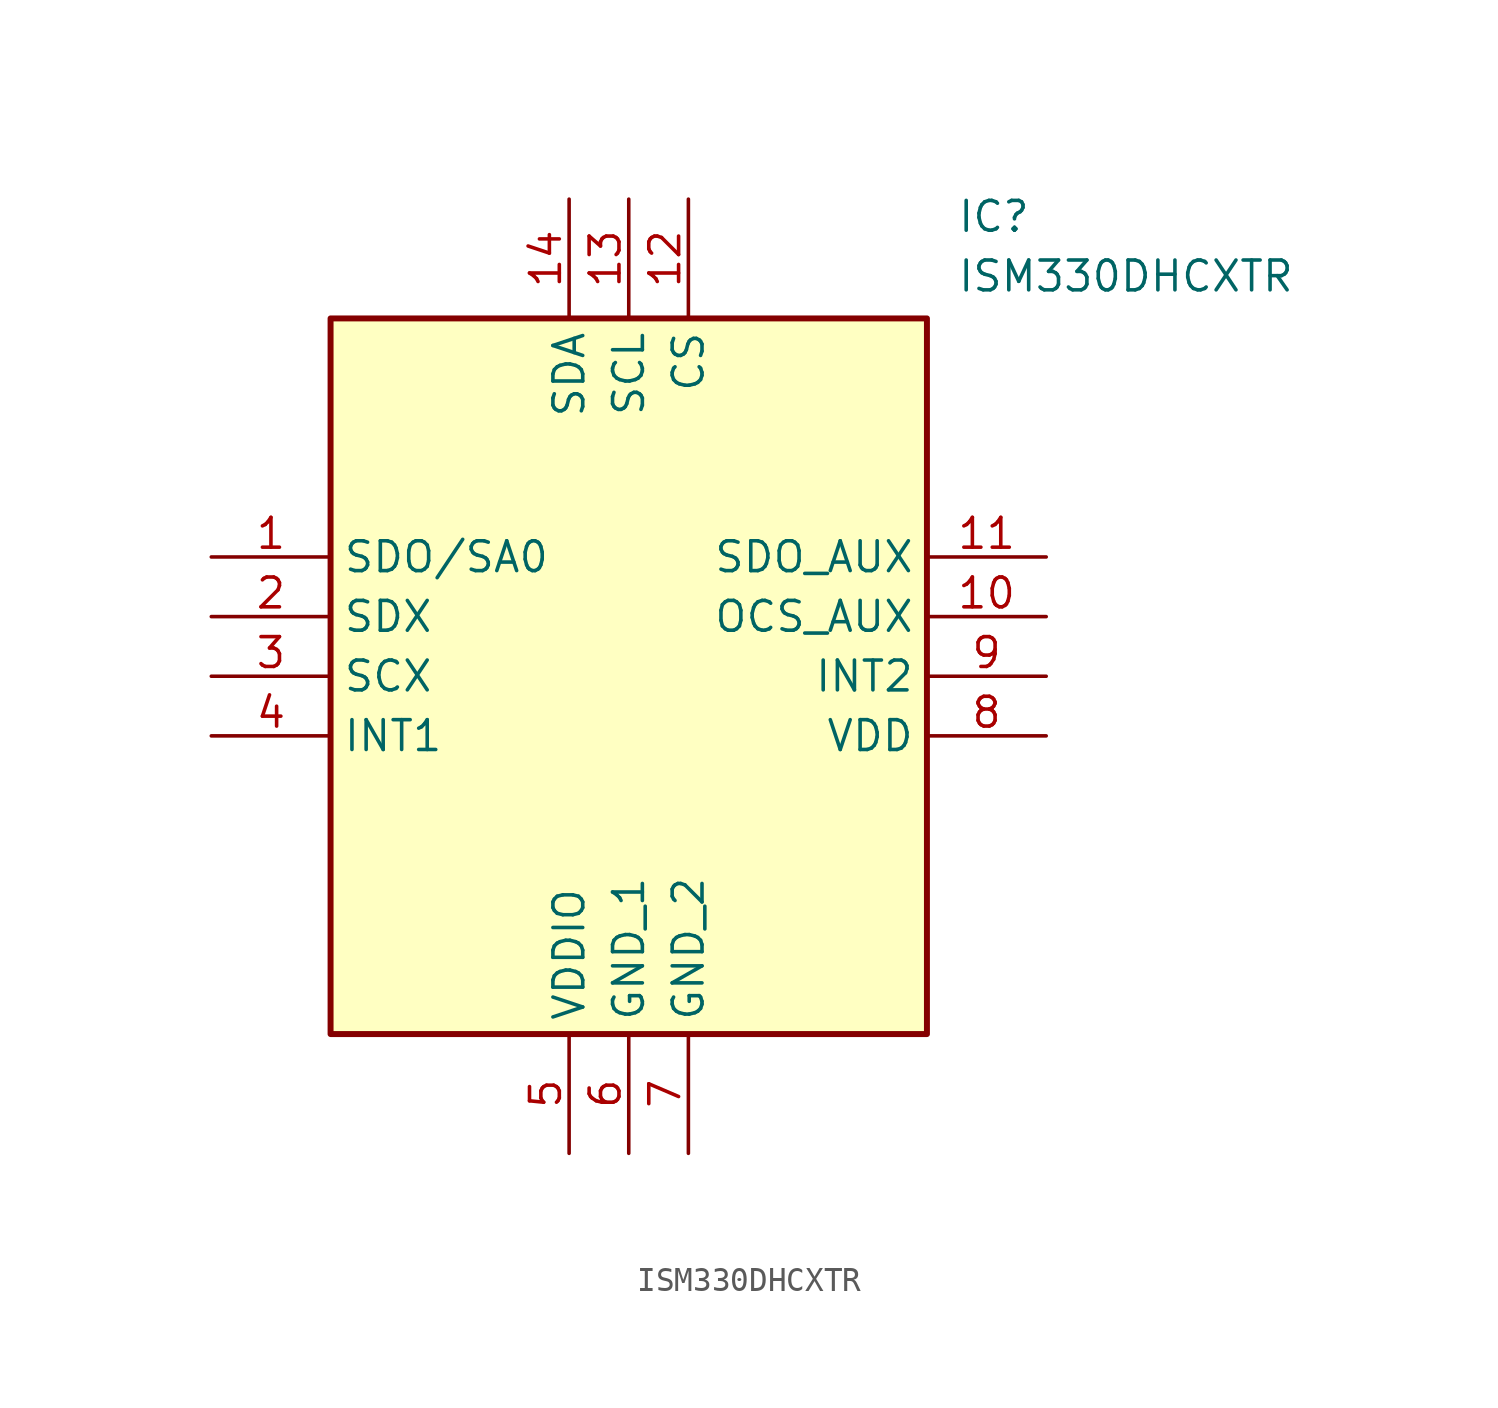
<source format=kicad_sym>
(kicad_symbol_lib
  (version 20211014)
  (generator SamacSys_ECAD_Model)
  (symbol "ISM330DHCXTR"
    (property "Reference" "IC"
      (at 31.75 15.24 0)
      (effects (font (size 1.27 1.27)) (justify left top)))
    (property "Value" "ISM330DHCXTR"
      (at 31.75 12.7 0)
      (effects (font (size 1.27 1.27)) (justify left top)))
    (rectangle
      (start 5.08 10.16)
      (end 30.48 -20.32)
      (stroke (width 0.254) (type default))
      (fill (type background)))
    (pin passive line
      (at 0 0 0)
      (length 5.08)
      (name "SDO/SA0" (effects (font (size 1.27 1.27))))
      (number "1" (effects (font (size 1.27 1.27)))))
    (pin passive line
      (at 0 -2.54 0)
      (length 5.08)
      (name "SDX" (effects (font (size 1.27 1.27))))
      (number "2" (effects (font (size 1.27 1.27)))))
    (pin passive line
      (at 0 -5.08 0)
      (length 5.08)
      (name "SCX" (effects (font (size 1.27 1.27))))
      (number "3" (effects (font (size 1.27 1.27)))))
    (pin passive line
      (at 0 -7.62 0)
      (length 5.08)
      (name "INT1" (effects (font (size 1.27 1.27))))
      (number "4" (effects (font (size 1.27 1.27)))))
    (pin passive line
      (at 15.24 -25.4 90)
      (length 5.08)
      (name "VDDIO" (effects (font (size 1.27 1.27))))
      (number "5" (effects (font (size 1.27 1.27)))))
    (pin passive line
      (at 17.78 -25.4 90)
      (length 5.08)
      (name "GND_1" (effects (font (size 1.27 1.27))))
      (number "6" (effects (font (size 1.27 1.27)))))
    (pin passive line
      (at 20.32 -25.4 90)
      (length 5.08)
      (name "GND_2" (effects (font (size 1.27 1.27))))
      (number "7" (effects (font (size 1.27 1.27)))))
    (pin passive line
      (at 35.56 -7.62 180)
      (length 5.08)
      (name "VDD" (effects (font (size 1.27 1.27))))
      (number "8" (effects (font (size 1.27 1.27)))))
    (pin passive line
      (at 35.56 -5.08 180)
      (length 5.08)
      (name "INT2" (effects (font (size 1.27 1.27))))
      (number "9" (effects (font (size 1.27 1.27)))))
    (pin passive line
      (at 35.56 -2.54 180)
      (length 5.08)
      (name "OCS_AUX" (effects (font (size 1.27 1.27))))
      (number "10" (effects (font (size 1.27 1.27)))))
    (pin passive line
      (at 35.56 0 180)
      (length 5.08)
      (name "SDO_AUX" (effects (font (size 1.27 1.27))))
      (number "11" (effects (font (size 1.27 1.27)))))
    (pin passive line
      (at 20.32 15.24 270)
      (length 5.08)
      (name "CS" (effects (font (size 1.27 1.27))))
      (number "12" (effects (font (size 1.27 1.27)))))
    (pin passive line
      (at 17.78 15.24 270)
      (length 5.08)
      (name "SCL" (effects (font (size 1.27 1.27))))
      (number "13" (effects (font (size 1.27 1.27)))))
    (pin passive line
      (at 15.24 15.24 270)
      (length 5.08)
      (name "SDA" (effects (font (size 1.27 1.27))))
      (number "14" (effects (font (size 1.27 1.27)))))))
</source>
